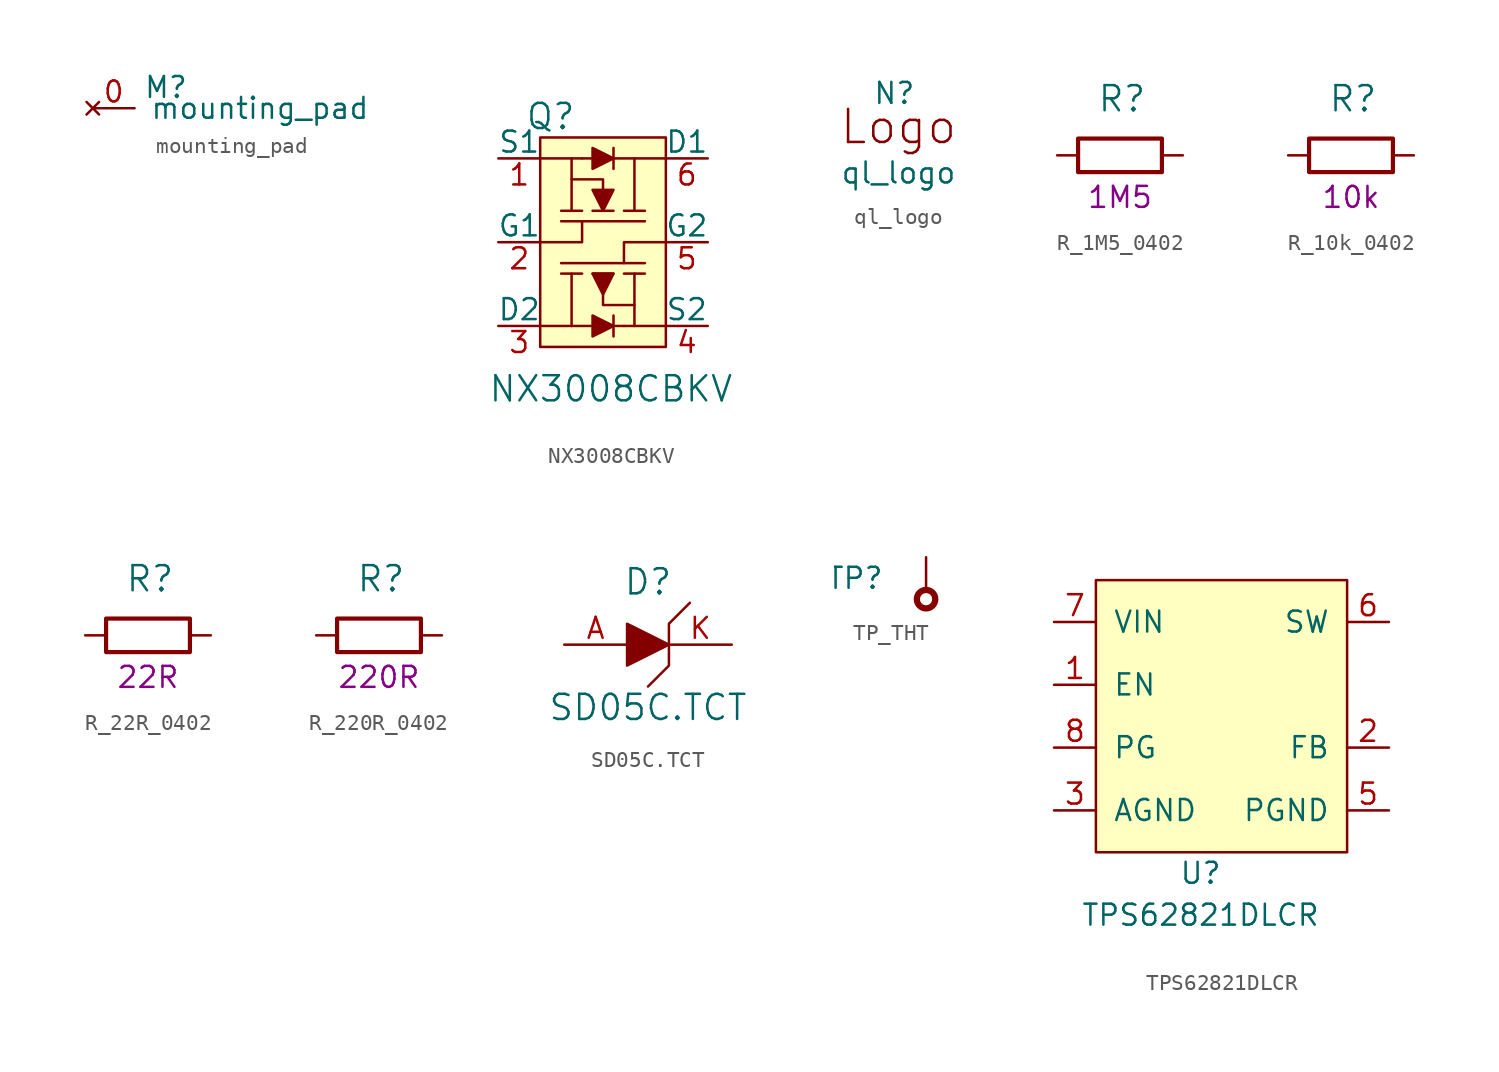
<source format=kicad_sym>
(kicad_symbol_lib
  (version 20211014)
  (generator kicad_symbol_editor)
  (symbol "mounting_pad"
    (pin_names
      (offset 1.016))
    (property "Reference" "M"
      (at 4.445 1.27 0)
      (effects (font (size 1.27 1.27))))
    (property "Value" "mounting_pad"
      (at 10.16 0 0)
      (effects (font (size 1.27 1.27))))
    (symbol "mounting_pad_1_1"
      (pin no_connect line (at 0 0 0) (length 2.54) (name "~" (effects (font (size 1.27 1.27)))) (number "0" (effects (font (size 1.27 1.27)))))))
  (symbol "NX3008CBKV"
    (pin_names
      (offset 0))
    (property "Reference" "Q"
      (at -4.445 7.62 0)
      (effects (font (size 1.524 1.524))))
    (property "Value" "NX3008CBKV"
      (at -8.255 -8.89 0)
      (effects (font (size 1.524 1.524)) (justify left)))
    (symbol "NX3008CBKV_0_1"
      (polyline (pts (xy -3.175 3.81) (xy -3.175 5.08)) (stroke (width 0) (type default) (color 0 0 0 0)) (fill (type none)))
      (polyline (pts (xy -2.54 1.905) (xy -3.81 1.905)) (stroke (width 0) (type default) (color 0 0 0 0)) (fill (type none)))
      (polyline (pts (xy -2.54 5.08) (xy -5.08 5.08)) (stroke (width 0) (type default) (color 0 0 0 0)) (fill (type none)))
      (polyline (pts (xy -2.54 5.08) (xy 2.54 5.08)) (stroke (width 0) (type default) (color 0 0 0 0)) (fill (type none)))
      (polyline (pts (xy -1.905 1.905) (xy -0.635 1.905)) (stroke (width 0) (type default) (color 0 0 0 0)) (fill (type none)))
      (polyline (pts (xy 0 1.905) (xy 1.27 1.905)) (stroke (width 0) (type default) (color 0 0 0 0)) (fill (type none)))
      (polyline (pts (xy 0.635 1.905) (xy 0.635 5.08)) (stroke (width 0) (type default) (color 0 0 0 0)) (fill (type none)))
      (polyline (pts (xy 1.27 1.27) (xy -3.81 1.27)) (stroke (width 0) (type default) (color 0 0 0 0)) (fill (type none)))
      (polyline (pts (xy -5.08 0) (xy -2.54 0) (xy -2.54 1.27)) (stroke (width 0) (type default) (color 0 0 0 0)) (fill (type none)))
      (polyline (pts (xy -1.905 3.175) (xy -1.27 1.905) (xy -0.635 3.175) (xy -1.905 3.175)) (stroke (width 0) (type default) (color 0 0 0 0)) (fill (type outline)))
      (polyline (pts (xy -1.27 3.175) (xy -1.27 3.81) (xy -3.175 3.81) (xy -3.175 1.905)) (stroke (width 0) (type default) (color 0 0 0 0)) (fill (type none)))
      (polyline (pts (xy -5.08 6.35) (xy 2.54 6.35) (xy 2.54 -6.35) (xy -5.08 -6.35) (xy -5.08 6.35)) (stroke (width 0) (type default) (color 0 0 0 0)) (fill (type background))))
    (symbol "NX3008CBKV_1_1"
      (polyline (pts (xy -3.81 -1.27) (xy 1.27 -1.27)) (stroke (width 0) (type default) (color 0 0 0 0)) (fill (type none)))
      (polyline (pts (xy -3.175 -1.905) (xy -3.175 -5.08)) (stroke (width 0) (type default) (color 0 0 0 0)) (fill (type none)))
      (polyline (pts (xy -2.54 -1.905) (xy -3.81 -1.905)) (stroke (width 0) (type default) (color 0 0 0 0)) (fill (type none)))
      (polyline (pts (xy -0.635 -4.445) (xy -0.635 -5.715)) (stroke (width 0) (type default) (color 0 0 0 0)) (fill (type none)))
      (polyline (pts (xy -0.635 -1.905) (xy -1.905 -1.905)) (stroke (width 0) (type default) (color 0 0 0 0)) (fill (type none)))
      (polyline (pts (xy -0.635 4.445) (xy -0.635 5.715)) (stroke (width 0) (type default) (color 0 0 0 0)) (fill (type none)))
      (polyline (pts (xy 0 -5.08) (xy -5.08 -5.08)) (stroke (width 0) (type default) (color 0 0 0 0)) (fill (type none)))
      (polyline (pts (xy 0 -5.08) (xy 2.54 -5.08)) (stroke (width 0) (type default) (color 0 0 0 0)) (fill (type none)))
      (polyline (pts (xy 0 -1.905) (xy 1.27 -1.905)) (stroke (width 0) (type default) (color 0 0 0 0)) (fill (type none)))
      (polyline (pts (xy 0.635 -3.81) (xy 0.635 -5.08)) (stroke (width 0) (type default) (color 0 0 0 0)) (fill (type none)))
      (polyline (pts (xy 2.54 0) (xy 0 0) (xy 0 -1.27)) (stroke (width 0) (type default) (color 0 0 0 0)) (fill (type none)))
      (polyline (pts (xy -1.905 -5.715) (xy -0.635 -5.08) (xy -1.905 -4.445) (xy -1.905 -5.715)) (stroke (width 0) (type default) (color 0 0 0 0)) (fill (type outline)))
      (polyline (pts (xy -1.905 -1.905) (xy -1.27 -3.175) (xy -0.635 -1.905) (xy -1.905 -1.905)) (stroke (width 0) (type default) (color 0 0 0 0)) (fill (type outline)))
      (polyline (pts (xy -1.905 4.445) (xy -0.635 5.08) (xy -1.905 5.715) (xy -1.905 4.445)) (stroke (width 0) (type default) (color 0 0 0 0)) (fill (type outline)))
      (polyline (pts (xy -1.27 -3.175) (xy -1.27 -3.81) (xy 0.635 -3.81) (xy 0.635 -1.905)) (stroke (width 0) (type default) (color 0 0 0 0)) (fill (type none)))
      (pin input line (at -7.62 5.08 0) (length 2.54) (name "S1" (effects (font (size 1.27 1.27)))) (number "1" (effects (font (size 1.27 1.27)))))
      (pin input line (at -7.62 0 0) (length 2.54) (name "G1" (effects (font (size 1.27 1.27)))) (number "2" (effects (font (size 1.27 1.27)))))
      (pin output line (at -7.62 -5.08 0) (length 2.54) (name "D2" (effects (font (size 1.27 1.27)))) (number "3" (effects (font (size 1.27 1.27)))))
      (pin input line (at 5.08 -5.08 180) (length 2.54) (name "S2" (effects (font (size 1.27 1.27)))) (number "4" (effects (font (size 1.27 1.27)))))
      (pin input line (at 5.08 0 180) (length 2.54) (name "G2" (effects (font (size 1.27 1.27)))) (number "5" (effects (font (size 1.27 1.27)))))
      (pin output line (at 5.08 5.08 180) (length 2.54) (name "D1" (effects (font (size 1.27 1.27)))) (number "6" (effects (font (size 1.27 1.27)))))))
  (symbol "ql_logo"
    (pin_names
      (offset 1.016))
    (property "Reference" "N"
      (at 0.508 1.016 0)
      (effects (font (size 1.27 1.27))))
    (property "Value" "ql_logo"
      (at 0.762 -3.81 0)
      (effects (font (size 1.27 1.27))))
    (symbol "ql_logo_1_1"
      (text "Logo" (at 0.762 -1.016 0) (effects (font (size 2.007 2.007))))))
  (symbol "R_1M5_0402"
    (pin_names
      (offset 0))
    (property "Reference" "R"
      (at -1.397 3.429 0)
      (effects (font (size 1.524 1.524)) (justify left)))
    (property "Val" "1M5"
      (at 0 -2.54 0)
      (effects (font (size 1.27 1.27))))
    (symbol "R_1M5_0402_1_1"
      (rectangle (start 2.54 -1.016) (end -2.54 1.016) (stroke (width 0.254) (type default) (color 0 0 0 0)) (fill (type none)))
      (pin passive line (at -3.81 0 0) (length 1.27) (name "~" (effects (font (size 0 0)))) (number "1" (effects (font (size 0 0)))))
      (pin passive line (at 3.81 0 180) (length 1.27) (name "~" (effects (font (size 0 0)))) (number "2" (effects (font (size 0 0)))))))
  (symbol "R_10k_0402"
    (pin_names
      (offset 0))
    (property "Reference" "R"
      (at -1.397 3.429 0)
      (effects (font (size 1.524 1.524)) (justify left)))
    (property "Val" "10k"
      (at 0 -2.54 0)
      (effects (font (size 1.27 1.27))))
    (symbol "R_10k_0402_1_1"
      (rectangle (start 2.54 -1.016) (end -2.54 1.016) (stroke (width 0.254) (type default) (color 0 0 0 0)) (fill (type none)))
      (pin passive line (at -3.81 0 0) (length 1.27) (name "~" (effects (font (size 0 0)))) (number "1" (effects (font (size 0 0)))))
      (pin passive line (at 3.81 0 180) (length 1.27) (name "~" (effects (font (size 0 0)))) (number "2" (effects (font (size 0 0)))))))
  (symbol "R_22R_0402"
    (pin_names
      (offset 0))
    (property "Reference" "R"
      (at -1.397 3.429 0)
      (effects (font (size 1.524 1.524)) (justify left)))
    (property "Val" "22R"
      (at 0 -2.54 0)
      (effects (font (size 1.27 1.27))))
    (symbol "R_22R_0402_1_1"
      (rectangle (start 2.54 -1.016) (end -2.54 1.016) (stroke (width 0.254) (type default) (color 0 0 0 0)) (fill (type none)))
      (pin passive line (at -3.81 0 0) (length 1.27) (name "~" (effects (font (size 0 0)))) (number "1" (effects (font (size 0 0)))))
      (pin passive line (at 3.81 0 180) (length 1.27) (name "~" (effects (font (size 0 0)))) (number "2" (effects (font (size 0 0)))))))
  (symbol "R_220R_0402"
    (pin_names
      (offset 0))
    (property "Reference" "R"
      (at -1.397 3.429 0)
      (effects (font (size 1.524 1.524)) (justify left)))
    (property "Val" "220R"
      (at 0 -2.54 0)
      (effects (font (size 1.27 1.27))))
    (symbol "R_220R_0402_1_1"
      (rectangle (start 2.54 -1.016) (end -2.54 1.016) (stroke (width 0.254) (type default) (color 0 0 0 0)) (fill (type none)))
      (pin passive line (at -3.81 0 0) (length 1.27) (name "~" (effects (font (size 0 0)))) (number "1" (effects (font (size 0 0)))))
      (pin passive line (at 3.81 0 180) (length 1.27) (name "~" (effects (font (size 0 0)))) (number "2" (effects (font (size 0 0)))))))
  (symbol "SD05C.TCT"
    (pin_names
      (offset 1.016))
    (property "Reference" "D"
      (at 0 3.81 0)
      (effects (font (size 1.524 1.524))))
    (property "Value" "SD05C.TCT"
      (at 0 -3.81 0)
      (effects (font (size 1.524 1.524))))
    (symbol "SD05C.TCT_0_1"
      (polyline (pts (xy -1.27 1.27) (xy -1.27 -1.27) (xy 1.27 0) (xy -1.27 1.27)) (stroke (width 0) (type default) (color 0 0 0 0)) (fill (type outline)))
      (polyline (pts (xy 2.54 2.54) (xy 1.27 1.27) (xy 1.27 -1.27) (xy 0 -2.54)) (stroke (width 0) (type default) (color 0 0 0 0)) (fill (type none))))
    (symbol "SD05C.TCT_1_1"
      (pin bidirectional line (at -5.08 0 0) (length 3.81) (name "~" (effects (font (size 1.27 1.27)))) (number "A" (effects (font (size 1.27 1.27)))))
      (pin bidirectional line (at 5.08 0 180) (length 3.81) (name "~" (effects (font (size 1.27 1.27)))) (number "K" (effects (font (size 1.27 1.27)))))))
  (symbol "TP_THT"
    (pin_numbers hide)
    (pin_names
      (offset 0))
    (property "Reference" "TP"
      (at -2.54 1.27 0)
      (effects (font (size 1.27 1.27)) (justify right)))
    (symbol "TP_THT_0_1"
      (circle (center 0 0) (radius 0.559) (stroke (width 0.381) (type default) (color 0 0 0 0)) (fill (type none))))
    (symbol "TP_THT_1_1"
      (pin passive line (at 0 2.54 270) (length 1.905) (name "~" (effects (font (size 1.27 1.27)))) (number "1" (effects (font (size 1.27 1.27)))))))
  (symbol "TPS62821DLCR"
    (pin_names
      (offset 1.016))
    (property "Reference" "U"
      (at 0 -2.54 0)
      (effects (font (size 1.27 1.27))))
    (property "Value" "TPS62821DLCR"
      (at 0 -5.08 0)
      (effects (font (size 1.27 1.27))))
    (symbol "TPS62821DLCR_0_1"
      (rectangle (start -6.35 15.24) (end 8.89 -1.27) (stroke (width 0) (type default) (color 0 0 0 0)) (fill (type background))))
    (symbol "TPS62821DLCR_1_1"
      (pin input line (at -8.89 8.89 0) (length 2.54) (name "EN" (effects (font (size 1.27 1.27)))) (number "1" (effects (font (size 1.27 1.27)))))
      (pin bidirectional line (at 11.43 5.08 180) (length 2.54) (name "FB" (effects (font (size 1.27 1.27)))) (number "2" (effects (font (size 1.27 1.27)))))
      (pin power_in line (at -8.89 1.27 0) (length 2.54) (name "AGND" (effects (font (size 1.27 1.27)))) (number "3" (effects (font (size 1.27 1.27)))))
      (pin power_in line (at 11.43 1.27 180) (length 2.54) (name "PGND" (effects (font (size 1.27 1.27)))) (number "5" (effects (font (size 1.27 1.27)))))
      (pin bidirectional line (at 11.43 12.7 180) (length 2.54) (name "SW" (effects (font (size 1.27 1.27)))) (number "6" (effects (font (size 1.27 1.27)))))
      (pin power_in line (at -8.89 12.7 0) (length 2.54) (name "VIN" (effects (font (size 1.27 1.27)))) (number "7" (effects (font (size 1.27 1.27)))))
      (pin output line (at -8.89 5.08 0) (length 2.54) (name "PG" (effects (font (size 1.27 1.27)))) (number "8" (effects (font (size 1.27 1.27))))))))
</source>
